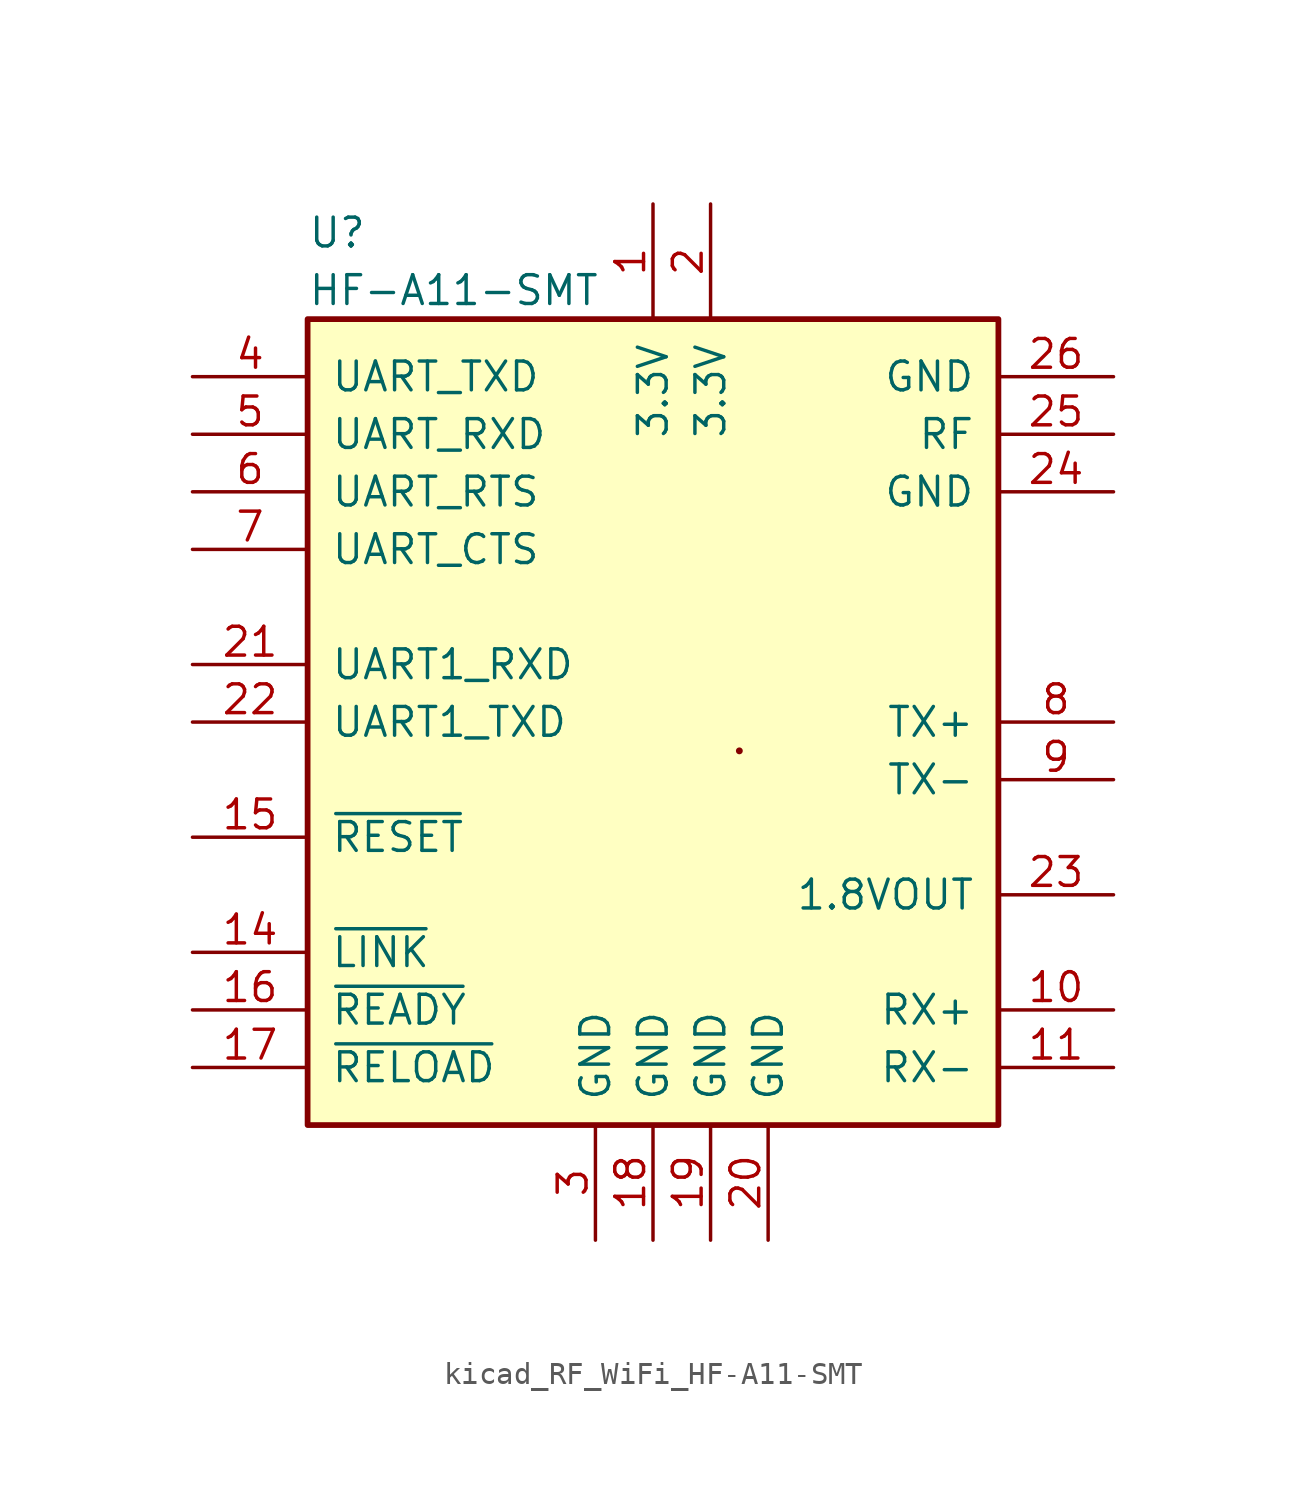
<source format=kicad_sym>
(kicad_symbol_lib
  (version 20220914)
  (generator kicad_symbol_editor)
  (symbol "kicad_RF_WiFi_HF-A11-SMT"
    (pin_names
      (offset 1.016))
    (property "Reference" "U"
      (at -15.24 21.59 0)
      (effects (font (size 1.27 1.27)) (justify left)))
    (property "Value" "HF-A11-SMT"
      (at -15.24 19.05 0)
      (effects (font (size 1.27 1.27)) (justify left)))
    (symbol "kicad_RF_WiFi_HF-A11-SMT_0_1"
      (rectangle (start -15.24 17.78) (end 15.24 -17.78) (stroke (width 0.254) (type default)) (fill (type background)))
      (circle (center 3.81 -1.27) (radius 0.0001) (stroke (width 0) (type default)) (fill (type none))))
    (symbol "kicad_RF_WiFi_HF-A11-SMT_1_1"
      (pin power_in line (at 0 22.86 270) (length 5.08) (name "3.3V" (effects (font (size 1.27 1.27)))) (number "1" (effects (font (size 1.27 1.27)))))
      (pin passive line (at 20.32 -12.7 180) (length 5.08) (name "RX+" (effects (font (size 1.27 1.27)))) (number "10" (effects (font (size 1.27 1.27)))))
      (pin passive line (at 20.32 -15.24 180) (length 5.08) (name "RX-" (effects (font (size 1.27 1.27)))) (number "11" (effects (font (size 1.27 1.27)))))
      (pin output line (at -20.32 -10.16 0) (length 5.08) (name "~{LINK}" (effects (font (size 1.27 1.27)))) (number "14" (effects (font (size 1.27 1.27)))))
      (pin input line (at -20.32 -5.08 0) (length 5.08) (name "~{RESET}" (effects (font (size 1.27 1.27)))) (number "15" (effects (font (size 1.27 1.27)))))
      (pin output line (at -20.32 -12.7 0) (length 5.08) (name "~{READY}" (effects (font (size 1.27 1.27)))) (number "16" (effects (font (size 1.27 1.27)))))
      (pin input line (at -20.32 -15.24 0) (length 5.08) (name "~{RELOAD}" (effects (font (size 1.27 1.27)))) (number "17" (effects (font (size 1.27 1.27)))))
      (pin power_in line (at 0 -22.86 90) (length 5.08) (name "GND" (effects (font (size 1.27 1.27)))) (number "18" (effects (font (size 1.27 1.27)))))
      (pin power_in line (at 2.54 -22.86 90) (length 5.08) (name "GND" (effects (font (size 1.27 1.27)))) (number "19" (effects (font (size 1.27 1.27)))))
      (pin power_in line (at 2.54 22.86 270) (length 5.08) (name "3.3V" (effects (font (size 1.27 1.27)))) (number "2" (effects (font (size 1.27 1.27)))))
      (pin power_in line (at 5.08 -22.86 90) (length 5.08) (name "GND" (effects (font (size 1.27 1.27)))) (number "20" (effects (font (size 1.27 1.27)))))
      (pin input line (at -20.32 2.54 0) (length 5.08) (name "UART1_RXD" (effects (font (size 1.27 1.27)))) (number "21" (effects (font (size 1.27 1.27)))))
      (pin output line (at -20.32 0 0) (length 5.08) (name "UART1_TXD" (effects (font (size 1.27 1.27)))) (number "22" (effects (font (size 1.27 1.27)))))
      (pin power_out line (at 20.32 -7.62 180) (length 5.08) (name "1.8VOUT" (effects (font (size 1.27 1.27)))) (number "23" (effects (font (size 1.27 1.27)))))
      (pin power_in line (at 20.32 10.16 180) (length 5.08) (name "GND" (effects (font (size 1.27 1.27)))) (number "24" (effects (font (size 1.27 1.27)))))
      (pin passive line (at 20.32 12.7 180) (length 5.08) (name "RF" (effects (font (size 1.27 1.27)))) (number "25" (effects (font (size 1.27 1.27)))))
      (pin power_in line (at 20.32 15.24 180) (length 5.08) (name "GND" (effects (font (size 1.27 1.27)))) (number "26" (effects (font (size 1.27 1.27)))))
      (pin power_in line (at -2.54 -22.86 90) (length 5.08) (name "GND" (effects (font (size 1.27 1.27)))) (number "3" (effects (font (size 1.27 1.27)))))
      (pin output line (at -20.32 15.24 0) (length 5.08) (name "UART_TXD" (effects (font (size 1.27 1.27)))) (number "4" (effects (font (size 1.27 1.27)))))
      (pin input line (at -20.32 12.7 0) (length 5.08) (name "UART_RXD" (effects (font (size 1.27 1.27)))) (number "5" (effects (font (size 1.27 1.27)))))
      (pin output line (at -20.32 10.16 0) (length 5.08) (name "UART_RTS" (effects (font (size 1.27 1.27)))) (number "6" (effects (font (size 1.27 1.27)))))
      (pin input line (at -20.32 7.62 0) (length 5.08) (name "UART_CTS" (effects (font (size 1.27 1.27)))) (number "7" (effects (font (size 1.27 1.27)))))
      (pin passive line (at 20.32 0 180) (length 5.08) (name "TX+" (effects (font (size 1.27 1.27)))) (number "8" (effects (font (size 1.27 1.27)))))
      (pin passive line (at 20.32 -2.54 180) (length 5.08) (name "TX-" (effects (font (size 1.27 1.27)))) (number "9" (effects (font (size 1.27 1.27))))))))
</source>
